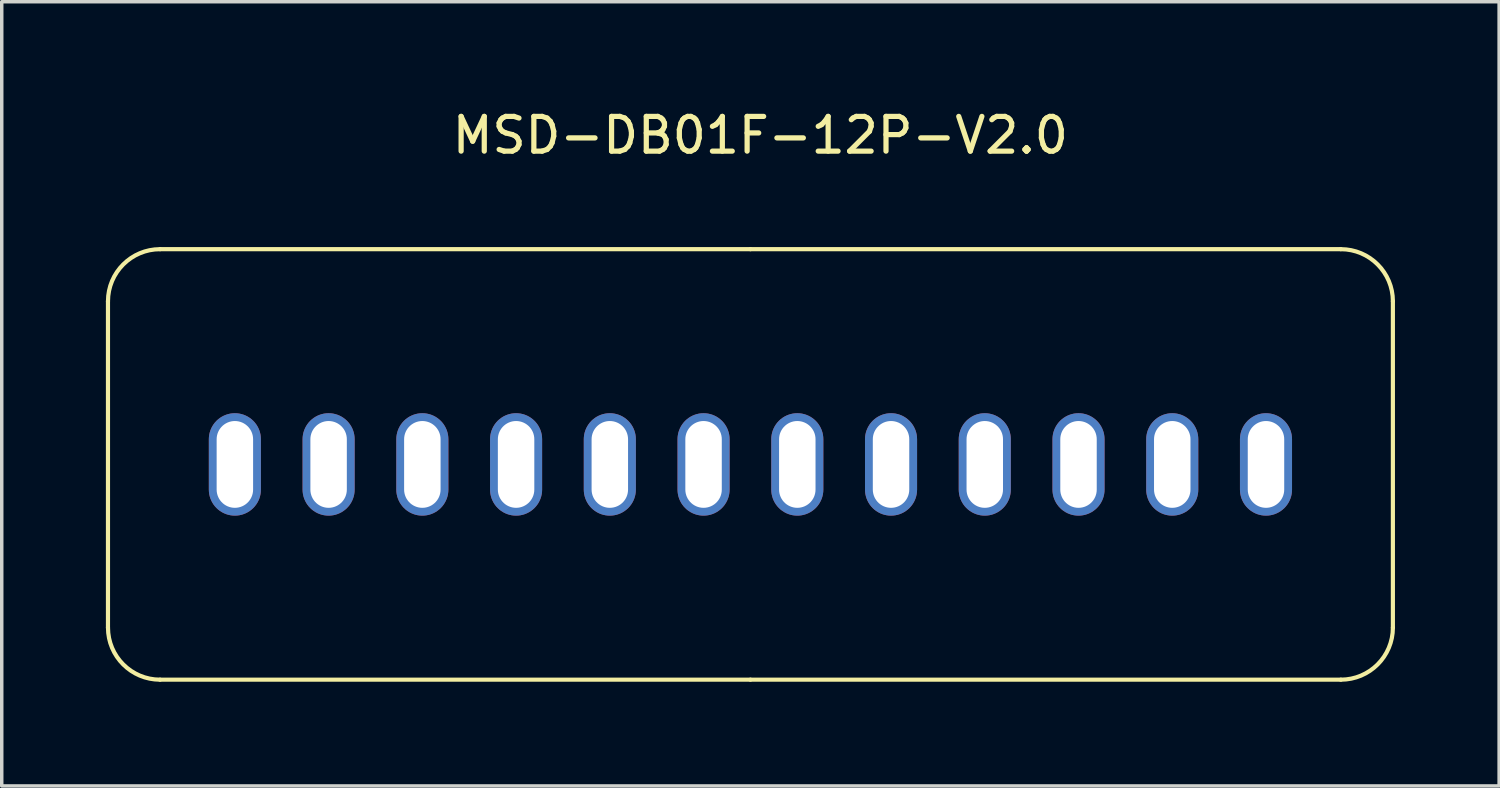
<source format=kicad_pcb>
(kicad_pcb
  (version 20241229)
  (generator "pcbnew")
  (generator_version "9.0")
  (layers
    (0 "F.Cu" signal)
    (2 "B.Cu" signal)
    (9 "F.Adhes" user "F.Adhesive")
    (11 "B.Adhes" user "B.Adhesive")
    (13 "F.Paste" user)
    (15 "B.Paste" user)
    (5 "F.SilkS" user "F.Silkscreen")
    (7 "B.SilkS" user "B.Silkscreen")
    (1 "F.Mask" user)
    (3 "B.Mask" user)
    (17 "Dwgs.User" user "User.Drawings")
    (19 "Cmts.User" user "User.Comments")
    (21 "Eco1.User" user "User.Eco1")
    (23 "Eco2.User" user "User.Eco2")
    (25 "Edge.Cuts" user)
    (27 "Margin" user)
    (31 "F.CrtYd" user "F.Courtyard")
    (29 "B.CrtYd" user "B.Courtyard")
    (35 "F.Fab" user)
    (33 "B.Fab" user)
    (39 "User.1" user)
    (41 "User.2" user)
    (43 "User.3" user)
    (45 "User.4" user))
  (footprint "MSD-DB01F-12P-V2.0"
    (layer "F.Cu")
    (at 18.851 11.008)
    (property "Reference" "MSD-DB01F-12P-V2.0" (at 0 -10.16 0) (unlocked yes) (layer "F.SilkS") (effects (font (size 1 1) (thickness 0.15))))
    (attr through_hole)
    (fp_line (start -18.791 -5.381) (end -18.791 4.019) (stroke (width 0.12) (type default)) (layer "F.SilkS"))
    (fp_line (start -17.291 -6.881) (end -0.286 -6.881) (stroke (width 0.12) (type default)) (layer "F.SilkS"))
    (fp_line (start -17.291 5.519) (end -0.286 5.519) (stroke (width 0.12) (type default)) (layer "F.SilkS"))
    (fp_line (start -0.286 -6.881) (end 16.719 -6.881) (stroke (width 0.12) (type default)) (layer "F.SilkS"))
    (fp_line (start -0.286 5.519) (end 16.719 5.519) (stroke (width 0.12) (type default)) (layer "F.SilkS"))
    (fp_line (start 18.219 -5.381) (end 18.219 4.019) (stroke (width 0.12) (type default)) (layer "F.SilkS"))
    (fp_arc (start -18.79066 -5.38066) (mid -18.35132 -6.44132) (end -17.29066 -6.88066) (stroke (width 0.12) (type default)) (layer "F.SilkS"))
    (fp_arc (start -17.29066 5.51934) (mid -18.35132 5.08) (end -18.79066 4.01934) (stroke (width 0.12) (type default)) (layer "F.SilkS"))
    (fp_arc (start 16.71934 -6.88066) (mid 17.78 -6.44132) (end 18.21934 -5.38066) (stroke (width 0.12) (type default)) (layer "F.SilkS"))
    (fp_arc (start 18.21934 4.01934) (mid 17.78 5.08) (end 16.71934 5.51934) (stroke (width 0.12) (type default)) (layer "F.SilkS"))
    (pad "1" thru_hole oval (at -15.136 -0.681) (size 1.5 2.95) (drill oval 1.05 2.5) (layers "*.Cu" "*.Mask"))
    (pad "2" thru_hole oval (at -12.436 -0.681) (size 1.5 2.95) (drill oval 1.05 2.5) (layers "*.Cu" "*.Mask"))
    (pad "3" thru_hole oval (at -9.736 -0.681) (size 1.5 2.95) (drill oval 1.05 2.5) (layers "*.Cu" "*.Mask"))
    (pad "4" thru_hole oval (at -7.036 -0.681) (size 1.5 2.95) (drill oval 1.05 2.5) (layers "*.Cu" "*.Mask"))
    (pad "5" thru_hole oval (at -4.336 -0.681) (size 1.5 2.95) (drill oval 1.05 2.5) (layers "*.Cu" "*.Mask"))
    (pad "6" thru_hole oval (at -1.636 -0.681) (size 1.5 2.95) (drill oval 1.05 2.5) (layers "*.Cu" "*.Mask"))
    (pad "7" thru_hole oval (at 1.064 -0.681) (size 1.5 2.95) (drill oval 1.05 2.5) (layers "*.Cu" "*.Mask"))
    (pad "8" thru_hole oval (at 3.764 -0.681) (size 1.5 2.95) (drill oval 1.05 2.5) (layers "*.Cu" "*.Mask"))
    (pad "9" thru_hole oval (at 6.464 -0.681) (size 1.5 2.95) (drill oval 1.05 2.5) (layers "*.Cu" "*.Mask"))
    (pad "10" thru_hole oval (at 9.164 -0.681) (size 1.5 2.95) (drill oval 1.05 2.5) (layers "*.Cu" "*.Mask"))
    (pad "11" thru_hole oval (at 11.864 -0.681) (size 1.5 2.95) (drill oval 1.05 2.5) (layers "*.Cu" "*.Mask"))
    (pad "12" thru_hole oval (at 14.564 -0.681) (size 1.5 2.95) (drill oval 1.05 2.5) (layers "*.Cu" "*.Mask")))
  (gr_rect
    (start -3 -3)
    (end 40.13 19.588)
    (stroke (width 0.1) (type default))
    (fill no)
    (layer "Edge.Cuts")))
</source>
